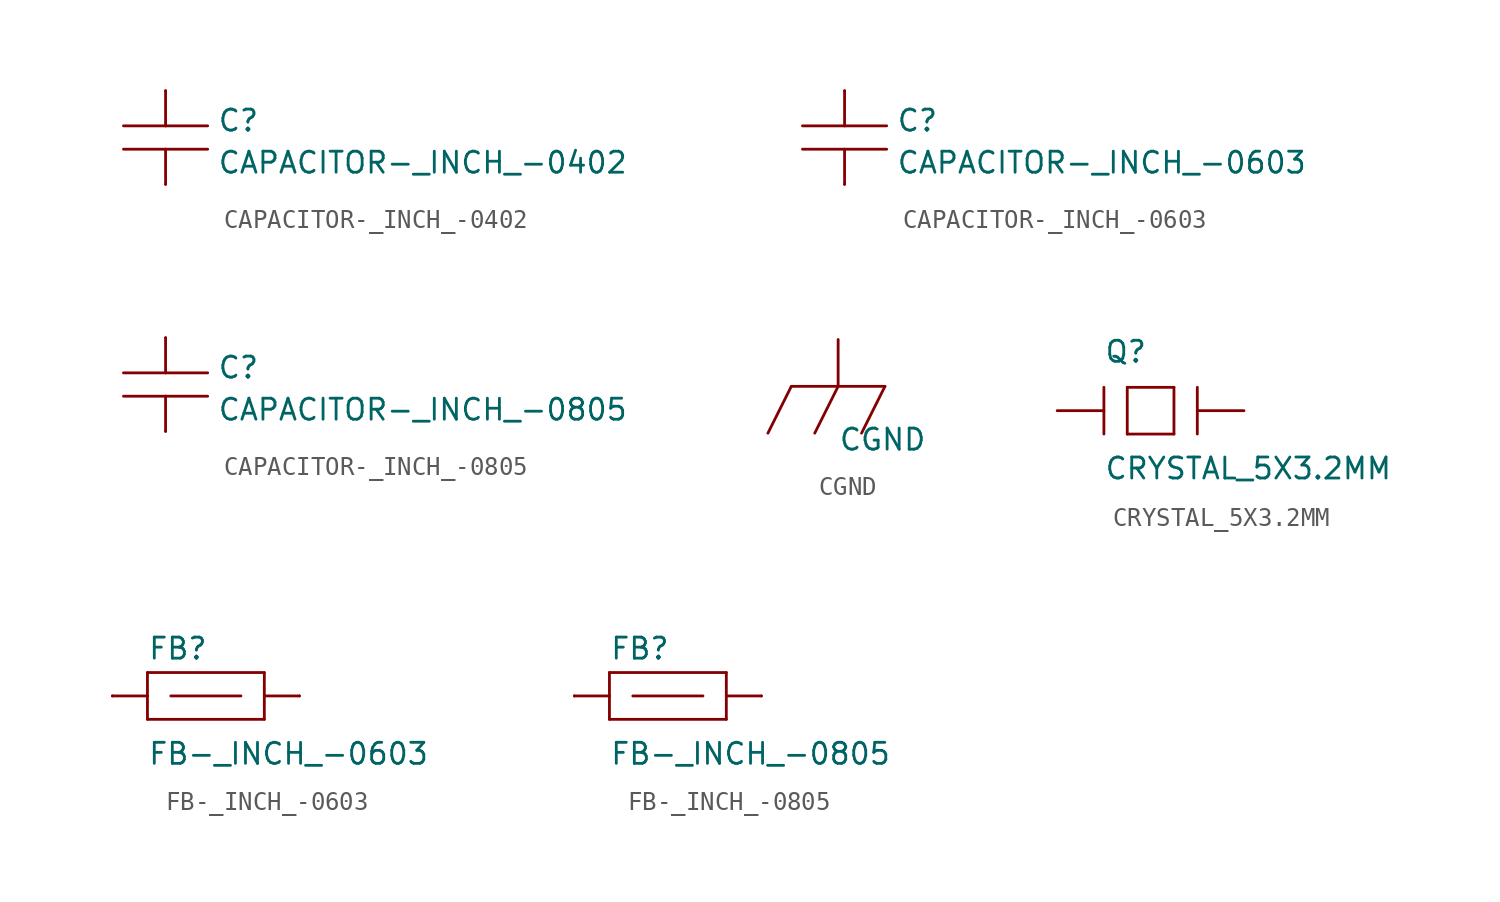
<source format=kicad_sym>
(kicad_symbol_lib
  (version 20211014)
  (generator kicad_symbol_editor)
  (symbol "CAPACITOR-_INCH_-0402"
    (pin_numbers hide)
    (pin_names
      (offset 1.016) hide)
    (property "Reference" "C"
      (at 2.794 0.254 0)
      (effects (font (size 1.143 1.143)) (justify left bottom)))
    (property "Value" "CAPACITOR-_INCH_-0402"
      (at 2.794 -2.032 0)
      (effects (font (size 1.143 1.143)) (justify left bottom)))
    (property "ki_locked" ""
      (at 0 0 0)
      (effects (font (size 1.27 1.27))))
    (symbol "CAPACITOR-_INCH_-0402_1_0"
      (polyline (pts (xy 0 -2.54) (xy 0 -0.635)) (stroke (width 0) (type default) (color 0 0 0 0)) (fill (type none)))
      (polyline (pts (xy 0 -0.635) (xy -2.286 -0.635)) (stroke (width 0) (type default) (color 0 0 0 0)) (fill (type none)))
      (polyline (pts (xy 0 0.635) (xy -2.286 0.635)) (stroke (width 0) (type default) (color 0 0 0 0)) (fill (type none)))
      (polyline (pts (xy 0 2.54) (xy 0 0.635)) (stroke (width 0) (type default) (color 0 0 0 0)) (fill (type none)))
      (polyline (pts (xy 2.286 -0.635) (xy 0 -0.635)) (stroke (width 0) (type default) (color 0 0 0 0)) (fill (type none)))
      (polyline (pts (xy 2.286 0.635) (xy 0 0.635)) (stroke (width 0) (type default) (color 0 0 0 0)) (fill (type none))))
    (symbol "CAPACITOR-_INCH_-0402_1_1"
      (pin bidirectional line (at 0 2.54 0) (length 0) (name "1" (effects (font (size 1.016 1.016)))) (number "1" (effects (font (size 1.016 1.016)))))
      (pin bidirectional line (at 0 -2.54 0) (length 0) (name "2" (effects (font (size 1.016 1.016)))) (number "2" (effects (font (size 1.016 1.016)))))))
  (symbol "CAPACITOR-_INCH_-0603"
    (pin_numbers hide)
    (pin_names
      (offset 1.016) hide)
    (property "Reference" "C"
      (at 2.794 0.254 0)
      (effects (font (size 1.143 1.143)) (justify left bottom)))
    (property "Value" "CAPACITOR-_INCH_-0603"
      (at 2.794 -2.032 0)
      (effects (font (size 1.143 1.143)) (justify left bottom)))
    (property "ki_locked" ""
      (at 0 0 0)
      (effects (font (size 1.27 1.27))))
    (symbol "CAPACITOR-_INCH_-0603_1_0"
      (polyline (pts (xy 0 -2.54) (xy 0 -0.635)) (stroke (width 0) (type default) (color 0 0 0 0)) (fill (type none)))
      (polyline (pts (xy 0 -0.635) (xy -2.286 -0.635)) (stroke (width 0) (type default) (color 0 0 0 0)) (fill (type none)))
      (polyline (pts (xy 0 0.635) (xy -2.286 0.635)) (stroke (width 0) (type default) (color 0 0 0 0)) (fill (type none)))
      (polyline (pts (xy 0 2.54) (xy 0 0.635)) (stroke (width 0) (type default) (color 0 0 0 0)) (fill (type none)))
      (polyline (pts (xy 2.286 -0.635) (xy 0 -0.635)) (stroke (width 0) (type default) (color 0 0 0 0)) (fill (type none)))
      (polyline (pts (xy 2.286 0.635) (xy 0 0.635)) (stroke (width 0) (type default) (color 0 0 0 0)) (fill (type none))))
    (symbol "CAPACITOR-_INCH_-0603_1_1"
      (pin bidirectional line (at 0 2.54 0) (length 0) (name "1" (effects (font (size 1.016 1.016)))) (number "1" (effects (font (size 1.016 1.016)))))
      (pin bidirectional line (at 0 -2.54 0) (length 0) (name "2" (effects (font (size 1.016 1.016)))) (number "2" (effects (font (size 1.016 1.016)))))))
  (symbol "CAPACITOR-_INCH_-0805"
    (pin_numbers hide)
    (pin_names
      (offset 1.016) hide)
    (property "Reference" "C"
      (at 2.794 0.254 0)
      (effects (font (size 1.143 1.143)) (justify left bottom)))
    (property "Value" "CAPACITOR-_INCH_-0805"
      (at 2.794 -2.032 0)
      (effects (font (size 1.143 1.143)) (justify left bottom)))
    (property "ki_locked" ""
      (at 0 0 0)
      (effects (font (size 1.27 1.27))))
    (symbol "CAPACITOR-_INCH_-0805_1_0"
      (polyline (pts (xy 0 -2.54) (xy 0 -0.635)) (stroke (width 0) (type default) (color 0 0 0 0)) (fill (type none)))
      (polyline (pts (xy 0 -0.635) (xy -2.286 -0.635)) (stroke (width 0) (type default) (color 0 0 0 0)) (fill (type none)))
      (polyline (pts (xy 0 0.635) (xy -2.286 0.635)) (stroke (width 0) (type default) (color 0 0 0 0)) (fill (type none)))
      (polyline (pts (xy 0 2.54) (xy 0 0.635)) (stroke (width 0) (type default) (color 0 0 0 0)) (fill (type none)))
      (polyline (pts (xy 2.286 -0.635) (xy 0 -0.635)) (stroke (width 0) (type default) (color 0 0 0 0)) (fill (type none)))
      (polyline (pts (xy 2.286 0.635) (xy 0 0.635)) (stroke (width 0) (type default) (color 0 0 0 0)) (fill (type none))))
    (symbol "CAPACITOR-_INCH_-0805_1_1"
      (pin bidirectional line (at 0 2.54 0) (length 0) (name "1" (effects (font (size 1.016 1.016)))) (number "1" (effects (font (size 1.016 1.016)))))
      (pin bidirectional line (at 0 -2.54 0) (length 0) (name "2" (effects (font (size 1.016 1.016)))) (number "2" (effects (font (size 1.016 1.016)))))))
  (symbol "CGND"
    (power)
    (pin_numbers hide)
    (pin_names
      (offset 1.016) hide)
    (property "Reference" "#SUPPLY"
      (at 0 0 0)
      (effects (font (size 1.143 1.143)) (justify left bottom) hide))
    (property "Value" "CGND"
      (at 0 -3.556 0)
      (effects (font (size 1.143 1.143)) (justify left bottom)))
    (property "ki_locked" ""
      (at 0 0 0)
      (effects (font (size 1.27 1.27))))
    (symbol "CGND_1_0"
      (polyline (pts (xy -2.54 0) (xy -3.81 -2.54)) (stroke (width 0) (type default) (color 0 0 0 0)) (fill (type none)))
      (polyline (pts (xy -2.54 0) (xy 0 0)) (stroke (width 0) (type default) (color 0 0 0 0)) (fill (type none)))
      (polyline (pts (xy 0 0) (xy -1.27 -2.54)) (stroke (width 0) (type default) (color 0 0 0 0)) (fill (type none)))
      (polyline (pts (xy 0 0) (xy 2.54 0)) (stroke (width 0) (type default) (color 0 0 0 0)) (fill (type none)))
      (polyline (pts (xy 0 2.54) (xy 0 0)) (stroke (width 0) (type default) (color 0 0 0 0)) (fill (type none)))
      (polyline (pts (xy 2.54 0) (xy 1.27 -2.54)) (stroke (width 0) (type default) (color 0 0 0 0)) (fill (type none))))
    (symbol "CGND_1_1"
      (pin power_in line (at 0 2.54 270) (length 2.54) hide (name "CGND" (effects (font (size 1.016 1.016)))) (number "~" (effects (font (size 1.016 1.016)))))))
  (symbol "CRYSTAL_5X3.2MM"
    (pin_numbers hide)
    (pin_names
      (offset 1.016) hide)
    (property "Reference" "Q"
      (at -2.54 2.54 0)
      (effects (font (size 1.143 1.143)) (justify left bottom)))
    (property "Value" "CRYSTAL_5X3.2MM"
      (at -2.54 -3.81 0)
      (effects (font (size 1.143 1.143)) (justify left bottom)))
    (property "ki_locked" ""
      (at 0 0 0)
      (effects (font (size 1.27 1.27))))
    (symbol "CRYSTAL_5X3.2MM_1_0"
      (polyline (pts (xy -2.54 1.27) (xy -2.54 -1.27)) (stroke (width 0) (type default) (color 0 0 0 0)) (fill (type none)))
      (polyline (pts (xy -1.27 -1.27) (xy 1.27 -1.27)) (stroke (width 0) (type default) (color 0 0 0 0)) (fill (type none)))
      (polyline (pts (xy -1.27 1.27) (xy -1.27 -1.27)) (stroke (width 0) (type default) (color 0 0 0 0)) (fill (type none)))
      (polyline (pts (xy 1.27 -1.27) (xy 1.27 1.27)) (stroke (width 0) (type default) (color 0 0 0 0)) (fill (type none)))
      (polyline (pts (xy 1.27 1.27) (xy -1.27 1.27)) (stroke (width 0) (type default) (color 0 0 0 0)) (fill (type none)))
      (polyline (pts (xy 2.54 1.27) (xy 2.54 -1.27)) (stroke (width 0) (type default) (color 0 0 0 0)) (fill (type none))))
    (symbol "CRYSTAL_5X3.2MM_1_1"
      (pin passive line (at -5.08 0 0) (length 2.54) (name "P$1" (effects (font (size 1.016 1.016)))) (number "1" (effects (font (size 1.016 1.016)))))
      (pin passive line (at 5.08 0 180) (length 2.54) (name "P$2" (effects (font (size 1.016 1.016)))) (number "2" (effects (font (size 1.016 1.016)))))))
  (symbol "FB-_INCH_-0603"
    (pin_numbers hide)
    (pin_names
      (offset 1.016) hide)
    (property "Reference" "FB"
      (at -3.175 1.905 0)
      (effects (font (size 1.143 1.143)) (justify left bottom)))
    (property "Value" "FB-_INCH_-0603"
      (at -3.175 -3.81 0)
      (effects (font (size 1.143 1.143)) (justify left bottom)))
    (property "ki_locked" ""
      (at 0 0 0)
      (effects (font (size 1.27 1.27))))
    (symbol "FB-_INCH_-0603_1_0"
      (polyline (pts (xy -3.175 -1.27) (xy 3.175 -1.27)) (stroke (width 0) (type default) (color 0 0 0 0)) (fill (type none)))
      (polyline (pts (xy -3.175 0) (xy -5.08 0)) (stroke (width 0) (type default) (color 0 0 0 0)) (fill (type none)))
      (polyline (pts (xy -3.175 0) (xy -3.175 -1.27)) (stroke (width 0) (type default) (color 0 0 0 0)) (fill (type none)))
      (polyline (pts (xy -3.175 1.27) (xy -3.175 0)) (stroke (width 0) (type default) (color 0 0 0 0)) (fill (type none)))
      (polyline (pts (xy -1.905 0) (xy 1.905 0)) (stroke (width 0) (type default) (color 0 0 0 0)) (fill (type none)))
      (polyline (pts (xy 3.175 -1.27) (xy 3.175 0)) (stroke (width 0) (type default) (color 0 0 0 0)) (fill (type none)))
      (polyline (pts (xy 3.175 0) (xy 3.175 1.27)) (stroke (width 0) (type default) (color 0 0 0 0)) (fill (type none)))
      (polyline (pts (xy 3.175 0) (xy 5.08 0)) (stroke (width 0) (type default) (color 0 0 0 0)) (fill (type none)))
      (polyline (pts (xy 3.175 1.27) (xy -3.175 1.27)) (stroke (width 0) (type default) (color 0 0 0 0)) (fill (type none))))
    (symbol "FB-_INCH_-0603_1_1"
      (pin bidirectional line (at -5.08 0 0) (length 0) (name "P$1" (effects (font (size 1.016 1.016)))) (number "1" (effects (font (size 1.016 1.016)))))
      (pin bidirectional line (at 5.08 0 180) (length 0) (name "P$2" (effects (font (size 1.016 1.016)))) (number "2" (effects (font (size 1.016 1.016)))))))
  (symbol "FB-_INCH_-0805"
    (pin_numbers hide)
    (pin_names
      (offset 1.016) hide)
    (property "Reference" "FB"
      (at -3.175 1.905 0)
      (effects (font (size 1.143 1.143)) (justify left bottom)))
    (property "Value" "FB-_INCH_-0805"
      (at -3.175 -3.81 0)
      (effects (font (size 1.143 1.143)) (justify left bottom)))
    (property "ki_locked" ""
      (at 0 0 0)
      (effects (font (size 1.27 1.27))))
    (symbol "FB-_INCH_-0805_1_0"
      (polyline (pts (xy -3.175 -1.27) (xy 3.175 -1.27)) (stroke (width 0) (type default) (color 0 0 0 0)) (fill (type none)))
      (polyline (pts (xy -3.175 0) (xy -5.08 0)) (stroke (width 0) (type default) (color 0 0 0 0)) (fill (type none)))
      (polyline (pts (xy -3.175 0) (xy -3.175 -1.27)) (stroke (width 0) (type default) (color 0 0 0 0)) (fill (type none)))
      (polyline (pts (xy -3.175 1.27) (xy -3.175 0)) (stroke (width 0) (type default) (color 0 0 0 0)) (fill (type none)))
      (polyline (pts (xy -1.905 0) (xy 1.905 0)) (stroke (width 0) (type default) (color 0 0 0 0)) (fill (type none)))
      (polyline (pts (xy 3.175 -1.27) (xy 3.175 0)) (stroke (width 0) (type default) (color 0 0 0 0)) (fill (type none)))
      (polyline (pts (xy 3.175 0) (xy 3.175 1.27)) (stroke (width 0) (type default) (color 0 0 0 0)) (fill (type none)))
      (polyline (pts (xy 3.175 0) (xy 5.08 0)) (stroke (width 0) (type default) (color 0 0 0 0)) (fill (type none)))
      (polyline (pts (xy 3.175 1.27) (xy -3.175 1.27)) (stroke (width 0) (type default) (color 0 0 0 0)) (fill (type none))))
    (symbol "FB-_INCH_-0805_1_1"
      (pin bidirectional line (at -5.08 0 0) (length 0) (name "P$1" (effects (font (size 1.016 1.016)))) (number "1" (effects (font (size 1.016 1.016)))))
      (pin bidirectional line (at 5.08 0 180) (length 0) (name "P$2" (effects (font (size 1.016 1.016)))) (number "2" (effects (font (size 1.016 1.016))))))))
</source>
